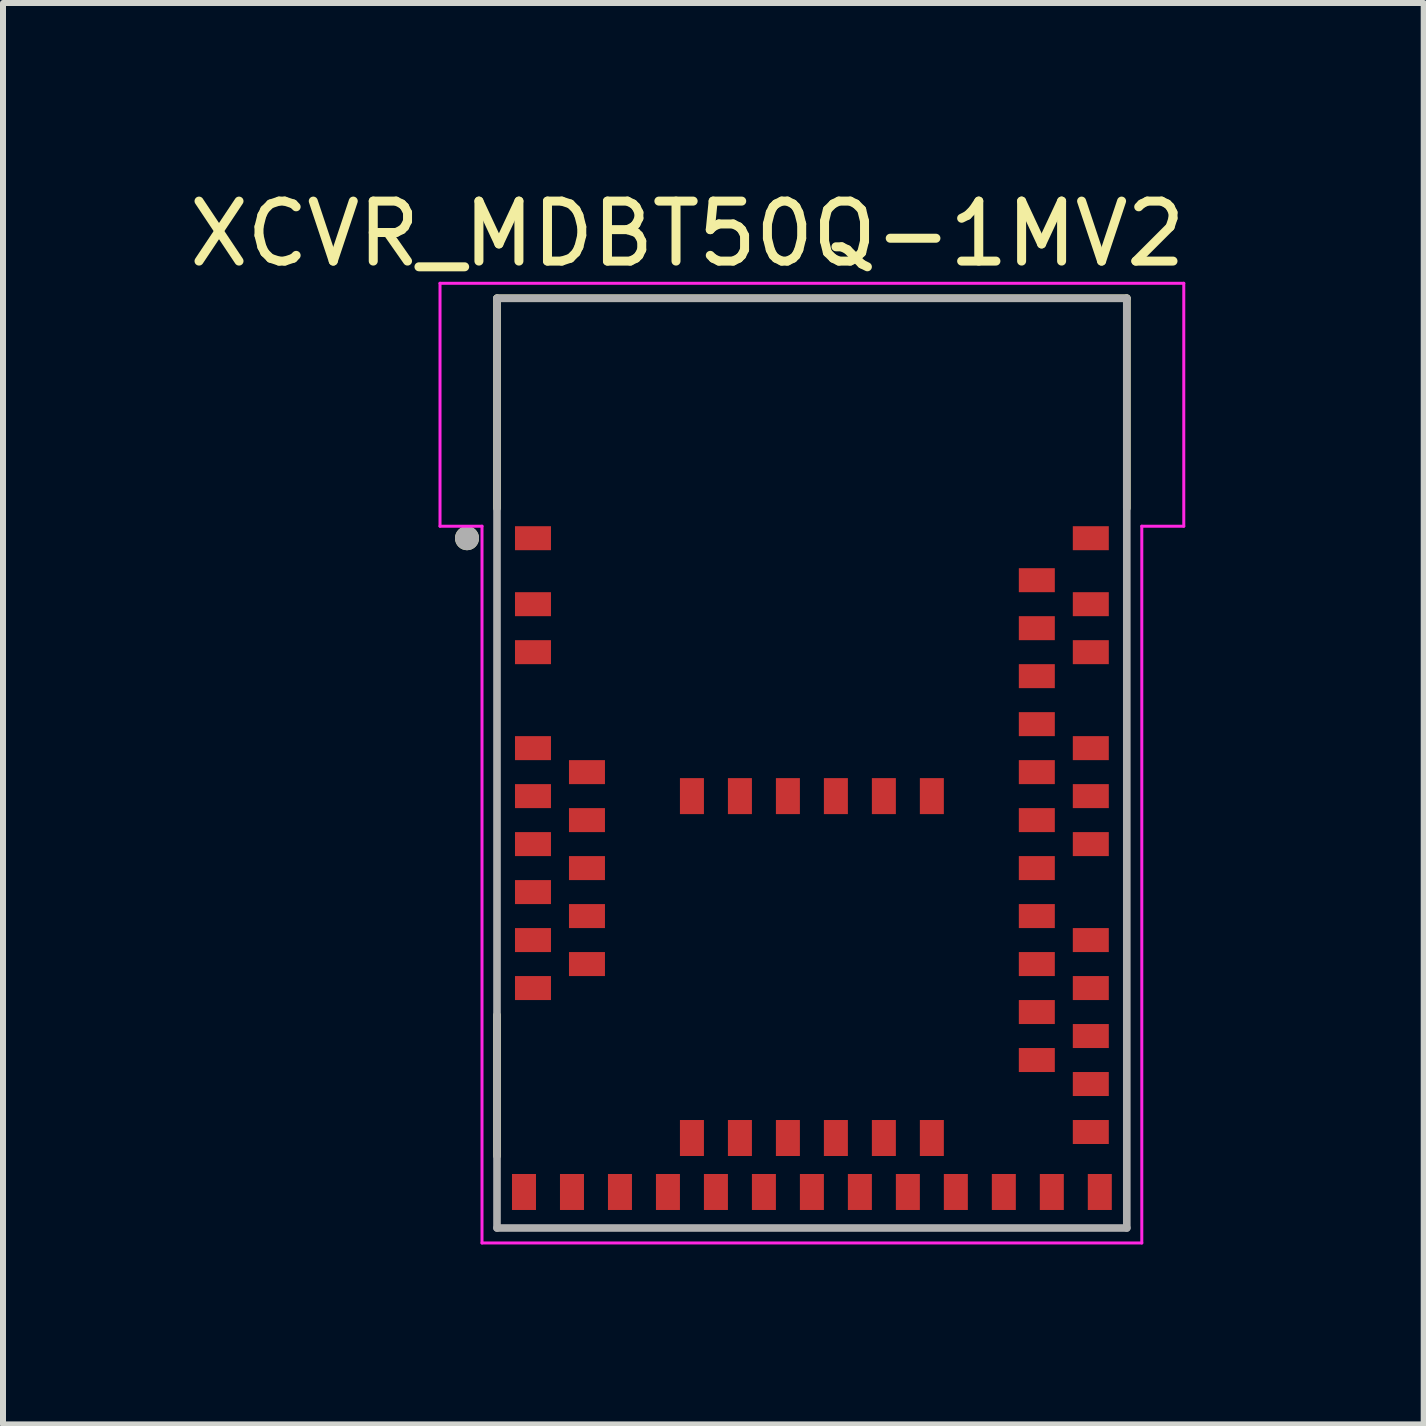
<source format=kicad_pcb>
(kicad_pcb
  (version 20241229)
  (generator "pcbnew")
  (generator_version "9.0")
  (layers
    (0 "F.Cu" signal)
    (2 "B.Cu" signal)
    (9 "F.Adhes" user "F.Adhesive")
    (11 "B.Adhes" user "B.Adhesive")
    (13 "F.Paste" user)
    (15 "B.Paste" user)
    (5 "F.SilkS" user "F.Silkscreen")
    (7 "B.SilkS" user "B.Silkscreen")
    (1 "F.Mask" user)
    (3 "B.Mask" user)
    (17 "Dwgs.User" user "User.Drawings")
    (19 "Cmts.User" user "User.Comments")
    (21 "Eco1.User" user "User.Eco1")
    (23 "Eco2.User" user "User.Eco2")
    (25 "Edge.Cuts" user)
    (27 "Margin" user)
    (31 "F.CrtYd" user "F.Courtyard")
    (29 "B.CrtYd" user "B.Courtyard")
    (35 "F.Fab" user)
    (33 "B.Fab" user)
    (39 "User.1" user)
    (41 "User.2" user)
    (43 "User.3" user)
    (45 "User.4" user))
  (footprint "XCVR_MDBT50Q-1MV2"
    (layer "F.Cu")
    (at 10.486 9.673)
    (property "Reference" "XCVR_MDBT50Q-1MV2" (at -2.075 -8.825 0) (layer "F.SilkS") (effects (font (size 1 1) (thickness 0.15))))
    (attr smd)
    (fp_line (start -5.25 -7.75) (end 5.25 -7.75) (stroke (width 0.127) (type solid)) (layer "F.SilkS"))
    (fp_line (start -5.25 -4.25) (end -5.25 -7.75) (stroke (width 0.127) (type solid)) (layer "F.SilkS"))
    (fp_line (start -5.25 4.2) (end -5.25 6.55) (stroke (width 0.127) (type solid)) (layer "F.SilkS"))
    (fp_line (start 5.25 -7.75) (end 5.25 -4.25) (stroke (width 0.127) (type solid)) (layer "F.SilkS"))
    (fp_circle (center -5.75 -3.75) (end -5.65 -3.75) (stroke (width 0.2) (type solid)) (fill no) (layer "F.SilkS"))
    (fp_line (start -6.2 -8) (end 6.2 -8) (stroke (width 0.05) (type solid)) (layer "F.CrtYd"))
    (fp_line (start -6.2 -3.95) (end -6.2 -8) (stroke (width 0.05) (type solid)) (layer "F.CrtYd"))
    (fp_line (start -5.5 -3.95) (end -6.2 -3.95) (stroke (width 0.05) (type solid)) (layer "F.CrtYd"))
    (fp_line (start -5.5 8) (end -5.5 -3.95) (stroke (width 0.05) (type solid)) (layer "F.CrtYd"))
    (fp_line (start 5.5 -3.95) (end 5.5 8) (stroke (width 0.05) (type solid)) (layer "F.CrtYd"))
    (fp_line (start 5.5 8) (end -5.5 8) (stroke (width 0.05) (type solid)) (layer "F.CrtYd"))
    (fp_line (start 6.2 -8) (end 6.2 -3.95) (stroke (width 0.05) (type solid)) (layer "F.CrtYd"))
    (fp_line (start 6.2 -3.95) (end 5.5 -3.95) (stroke (width 0.05) (type solid)) (layer "F.CrtYd"))
    (fp_line (start -5.25 -7.75) (end 5.25 -7.75) (stroke (width 0.127) (type solid)) (layer "F.Fab"))
    (fp_line (start -5.25 7.75) (end -5.25 -7.75) (stroke (width 0.127) (type solid)) (layer "F.Fab"))
    (fp_line (start 5.25 -7.75) (end 5.25 7.75) (stroke (width 0.127) (type solid)) (layer "F.Fab"))
    (fp_line (start 5.25 7.75) (end -5.25 7.75) (stroke (width 0.127) (type solid)) (layer "F.Fab"))
    (fp_circle (center -5.75 -3.75) (end -5.65 -3.75) (stroke (width 0.2) (type solid)) (fill no) (layer "F.Fab"))
    (pad "1" smd rect (at -4.65 -3.75 180) (size 0.6 0.4) (layers "F.Cu" "F.Mask" "F.Paste"))
    (pad "2" smd rect (at -4.65 -2.65 180) (size 0.6 0.4) (layers "F.Cu" "F.Mask" "F.Paste"))
    (pad "3" smd rect (at -4.65 -1.85 180) (size 0.6 0.4) (layers "F.Cu" "F.Mask" "F.Paste"))
    (pad "4" smd rect (at -4.65 -0.25 180) (size 0.6 0.4) (layers "F.Cu" "F.Mask" "F.Paste"))
    (pad "5" smd rect (at -3.75 0.15 180) (size 0.6 0.4) (layers "F.Cu" "F.Mask" "F.Paste"))
    (pad "6" smd rect (at -4.65 0.55 180) (size 0.6 0.4) (layers "F.Cu" "F.Mask" "F.Paste"))
    (pad "7" smd rect (at -3.75 0.95 180) (size 0.6 0.4) (layers "F.Cu" "F.Mask" "F.Paste"))
    (pad "8" smd rect (at -4.65 1.35 180) (size 0.6 0.4) (layers "F.Cu" "F.Mask" "F.Paste"))
    (pad "9" smd rect (at -3.75 1.75 180) (size 0.6 0.4) (layers "F.Cu" "F.Mask" "F.Paste"))
    (pad "10" smd rect (at -4.65 2.15 180) (size 0.6 0.4) (layers "F.Cu" "F.Mask" "F.Paste"))
    (pad "11" smd rect (at -3.75 2.55 180) (size 0.6 0.4) (layers "F.Cu" "F.Mask" "F.Paste"))
    (pad "12" smd rect (at -4.65 2.95 180) (size 0.6 0.4) (layers "F.Cu" "F.Mask" "F.Paste"))
    (pad "13" smd rect (at -3.75 3.35 180) (size 0.6 0.4) (layers "F.Cu" "F.Mask" "F.Paste"))
    (pad "14" smd rect (at -4.65 3.75 180) (size 0.6 0.4) (layers "F.Cu" "F.Mask" "F.Paste"))
    (pad "15" smd rect (at -4.8 7.15 180) (size 0.4 0.6) (layers "F.Cu" "F.Mask" "F.Paste"))
    (pad "16" smd rect (at -4 7.15 180) (size 0.4 0.6) (layers "F.Cu" "F.Mask" "F.Paste"))
    (pad "17" smd rect (at -3.2 7.15 180) (size 0.4 0.6) (layers "F.Cu" "F.Mask" "F.Paste"))
    (pad "18" smd rect (at -2.4 7.15 180) (size 0.4 0.6) (layers "F.Cu" "F.Mask" "F.Paste"))
    (pad "19" smd rect (at -2 6.25 180) (size 0.4 0.6) (layers "F.Cu" "F.Mask" "F.Paste"))
    (pad "20" smd rect (at -1.6 7.15 180) (size 0.4 0.6) (layers "F.Cu" "F.Mask" "F.Paste"))
    (pad "21" smd rect (at -1.2 6.25 180) (size 0.4 0.6) (layers "F.Cu" "F.Mask" "F.Paste"))
    (pad "22" smd rect (at -0.8 7.15 180) (size 0.4 0.6) (layers "F.Cu" "F.Mask" "F.Paste"))
    (pad "23" smd rect (at -0.4 6.25 180) (size 0.4 0.6) (layers "F.Cu" "F.Mask" "F.Paste"))
    (pad "24" smd rect (at 0 7.15 180) (size 0.4 0.6) (layers "F.Cu" "F.Mask" "F.Paste"))
    (pad "25" smd rect (at 0.4 6.25 180) (size 0.4 0.6) (layers "F.Cu" "F.Mask" "F.Paste"))
    (pad "26" smd rect (at 0.8 7.15 180) (size 0.4 0.6) (layers "F.Cu" "F.Mask" "F.Paste"))
    (pad "27" smd rect (at 1.2 6.25 180) (size 0.4 0.6) (layers "F.Cu" "F.Mask" "F.Paste"))
    (pad "28" smd rect (at 1.6 7.15 180) (size 0.4 0.6) (layers "F.Cu" "F.Mask" "F.Paste"))
    (pad "29" smd rect (at 2 6.25 180) (size 0.4 0.6) (layers "F.Cu" "F.Mask" "F.Paste"))
    (pad "30" smd rect (at 2.4 7.15 180) (size 0.4 0.6) (layers "F.Cu" "F.Mask" "F.Paste"))
    (pad "31" smd rect (at 3.2 7.15 180) (size 0.4 0.6) (layers "F.Cu" "F.Mask" "F.Paste"))
    (pad "32" smd rect (at 4 7.15 180) (size 0.4 0.6) (layers "F.Cu" "F.Mask" "F.Paste"))
    (pad "33" smd rect (at 4.8 7.15 180) (size 0.4 0.6) (layers "F.Cu" "F.Mask" "F.Paste"))
    (pad "34" smd rect (at 4.65 6.15) (size 0.6 0.4) (layers "F.Cu" "F.Mask" "F.Paste"))
    (pad "35" smd rect (at 4.65 5.35) (size 0.6 0.4) (layers "F.Cu" "F.Mask" "F.Paste"))
    (pad "36" smd rect (at 3.75 4.95) (size 0.6 0.4) (layers "F.Cu" "F.Mask" "F.Paste"))
    (pad "37" smd rect (at 4.65 4.55) (size 0.6 0.4) (layers "F.Cu" "F.Mask" "F.Paste"))
    (pad "38" smd rect (at 3.75 4.15) (size 0.6 0.4) (layers "F.Cu" "F.Mask" "F.Paste"))
    (pad "39" smd rect (at 4.65 3.75) (size 0.6 0.4) (layers "F.Cu" "F.Mask" "F.Paste"))
    (pad "40" smd rect (at 3.75 3.35) (size 0.6 0.4) (layers "F.Cu" "F.Mask" "F.Paste"))
    (pad "41" smd rect (at 4.65 2.95) (size 0.6 0.4) (layers "F.Cu" "F.Mask" "F.Paste"))
    (pad "42" smd rect (at 3.75 2.55) (size 0.6 0.4) (layers "F.Cu" "F.Mask" "F.Paste"))
    (pad "43" smd rect (at 3.75 1.75) (size 0.6 0.4) (layers "F.Cu" "F.Mask" "F.Paste"))
    (pad "44" smd rect (at 4.65 1.35) (size 0.6 0.4) (layers "F.Cu" "F.Mask" "F.Paste"))
    (pad "45" smd rect (at 3.75 0.95) (size 0.6 0.4) (layers "F.Cu" "F.Mask" "F.Paste"))
    (pad "46" smd rect (at 4.65 0.55) (size 0.6 0.4) (layers "F.Cu" "F.Mask" "F.Paste"))
    (pad "47" smd rect (at 3.75 0.15) (size 0.6 0.4) (layers "F.Cu" "F.Mask" "F.Paste"))
    (pad "48" smd rect (at 4.65 -0.25) (size 0.6 0.4) (layers "F.Cu" "F.Mask" "F.Paste"))
    (pad "49" smd rect (at 3.75 -0.65) (size 0.6 0.4) (layers "F.Cu" "F.Mask" "F.Paste"))
    (pad "50" smd rect (at 3.75 -1.45) (size 0.6 0.4) (layers "F.Cu" "F.Mask" "F.Paste"))
    (pad "51" smd rect (at 4.65 -1.85) (size 0.6 0.4) (layers "F.Cu" "F.Mask" "F.Paste"))
    (pad "52" smd rect (at 3.75 -2.25) (size 0.6 0.4) (layers "F.Cu" "F.Mask" "F.Paste"))
    (pad "53" smd rect (at 4.65 -2.65) (size 0.6 0.4) (layers "F.Cu" "F.Mask" "F.Paste"))
    (pad "54" smd rect (at 3.75 -3.05) (size 0.6 0.4) (layers "F.Cu" "F.Mask" "F.Paste"))
    (pad "55" smd rect (at 4.65 -3.75) (size 0.6 0.4) (layers "F.Cu" "F.Mask" "F.Paste"))
    (pad "56" smd rect (at -2 0.55 180) (size 0.4 0.6) (layers "F.Cu" "F.Mask" "F.Paste"))
    (pad "57" smd rect (at -1.2 0.55 180) (size 0.4 0.6) (layers "F.Cu" "F.Mask" "F.Paste"))
    (pad "58" smd rect (at -0.4 0.55 180) (size 0.4 0.6) (layers "F.Cu" "F.Mask" "F.Paste"))
    (pad "59" smd rect (at 0.4 0.55 180) (size 0.4 0.6) (layers "F.Cu" "F.Mask" "F.Paste"))
    (pad "60" smd rect (at 1.2 0.55 180) (size 0.4 0.6) (layers "F.Cu" "F.Mask" "F.Paste"))
    (pad "61" smd rect (at 2 0.55 180) (size 0.4 0.6) (layers "F.Cu" "F.Mask" "F.Paste"))
    (zone (net_name "") (layers "F.Cu" "B.Cu") (hatch edge 0.5) (connect_pads) (min_thickness 0.25) (filled_areas_thickness no) (keepout (tracks not_allowed) (vias not_allowed) (pads not_allowed) (copperpour not_allowed) (footprints not_allowed)) (placement (enabled no)) (fill) (polygon (pts (xy 3.286 1.273) (xy 17.686 1.273) (xy 17.686 5.673) (xy 3.286 5.673))))
    (zone (net_name "") (layers "F.Cu" "B.Cu") (hatch full 0.508) (connect_pads) (min_thickness 0.01) (filled_areas_thickness no) (keepout (tracks allowed) (vias not_allowed) (pads allowed) (copperpour allowed) (footprints allowed)) (placement (enabled no)) (fill) (polygon (pts (xy 7.986 5.673) (xy 9.786 5.673) (xy 9.786 6.973) (xy 7.986 6.973))))
    (zone (net_name "") (layer "F.Cu") (hatch full 0.508) (connect_pads) (min_thickness 0.01) (filled_areas_thickness no) (keepout (tracks not_allowed) (vias not_allowed) (pads not_allowed) (copperpour not_allowed) (footprints allowed)) (placement (enabled no)) (fill) (polygon (pts (xy 7.986 5.673) (xy 9.786 5.673) (xy 9.786 6.973) (xy 7.986 6.973)))))
  (gr_rect
    (start -3 -3)
    (end 20.686 20.698)
    (stroke (width 0.1) (type default))
    (fill no)
    (layer "Edge.Cuts")))
</source>
